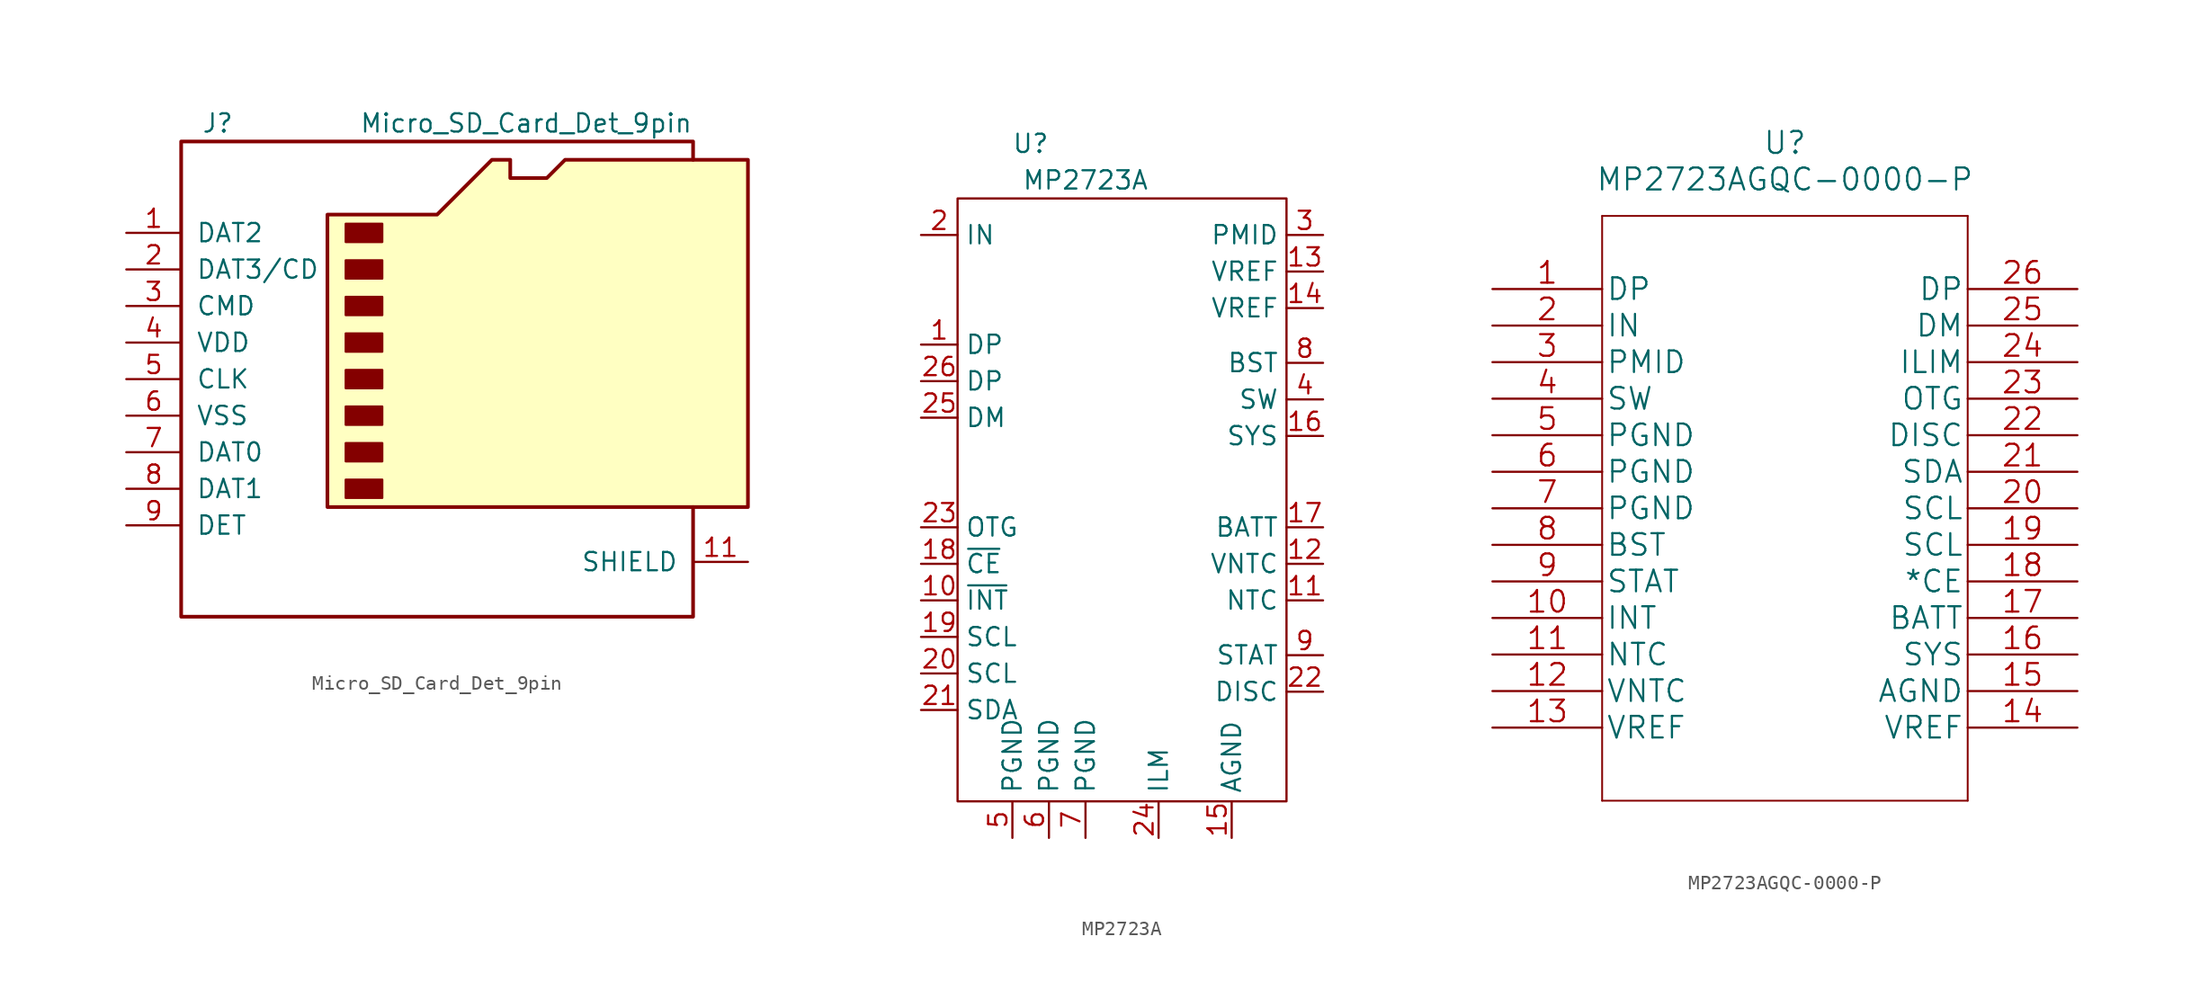
<source format=kicad_sym>
(kicad_symbol_lib
  (version 20220914)
  (generator kicad_symbol_editor)
  (symbol "Micro_SD_Card_Det_9pin"
    (pin_names
      (offset 1.016))
    (property "Reference" "J"
      (at -16.51 17.78 0)
      (effects (font (size 1.27 1.27))))
    (property "Value" "Micro_SD_Card_Det_9pin"
      (at 16.51 17.78 0)
      (effects (font (size 1.27 1.27)) (justify right)))
    (symbol "Micro_SD_Card_Det_9pin_0_1"
      (rectangle (start -7.62 -6.985) (end -5.08 -8.255) (stroke (width 0) (type default)) (fill (type outline)))
      (rectangle (start -7.62 -4.445) (end -5.08 -5.715) (stroke (width 0) (type default)) (fill (type outline)))
      (rectangle (start -7.62 -1.905) (end -5.08 -3.175) (stroke (width 0) (type default)) (fill (type outline)))
      (rectangle (start -7.62 0.635) (end -5.08 -0.635) (stroke (width 0) (type default)) (fill (type outline)))
      (rectangle (start -7.62 3.175) (end -5.08 1.905) (stroke (width 0) (type default)) (fill (type outline)))
      (rectangle (start -7.62 5.715) (end -5.08 4.445) (stroke (width 0) (type default)) (fill (type outline)))
      (rectangle (start -7.62 8.255) (end -5.08 6.985) (stroke (width 0) (type default)) (fill (type outline)))
      (rectangle (start -7.62 10.795) (end -5.08 9.525) (stroke (width 0) (type default)) (fill (type outline)))
      (polyline (pts (xy 16.51 15.24) (xy 16.51 16.51) (xy -19.05 16.51) (xy -19.05 -16.51) (xy 16.51 -16.51) (xy 16.51 -8.89)) (stroke (width 0.254) (type default)) (fill (type none)))
      (polyline (pts (xy -8.89 -8.89) (xy -8.89 11.43) (xy -1.27 11.43) (xy 2.54 15.24) (xy 3.81 15.24) (xy 3.81 13.97) (xy 6.35 13.97) (xy 7.62 15.24) (xy 20.32 15.24) (xy 20.32 -8.89) (xy -8.89 -8.89)) (stroke (width 0.254) (type default)) (fill (type background))))
    (symbol "Micro_SD_Card_Det_9pin_1_1"
      (pin bidirectional line (at -22.86 10.16 0) (length 3.81) (name "DAT2" (effects (font (size 1.27 1.27)))) (number "1" (effects (font (size 1.27 1.27)))))
      (pin passive line (at 20.32 -12.7 180) (length 3.81) (name "SHIELD" (effects (font (size 1.27 1.27)))) (number "11" (effects (font (size 1.27 1.27)))))
      (pin bidirectional line (at -22.86 7.62 0) (length 3.81) (name "DAT3/CD" (effects (font (size 1.27 1.27)))) (number "2" (effects (font (size 1.27 1.27)))))
      (pin input line (at -22.86 5.08 0) (length 3.81) (name "CMD" (effects (font (size 1.27 1.27)))) (number "3" (effects (font (size 1.27 1.27)))))
      (pin power_in line (at -22.86 2.54 0) (length 3.81) (name "VDD" (effects (font (size 1.27 1.27)))) (number "4" (effects (font (size 1.27 1.27)))))
      (pin input line (at -22.86 0 0) (length 3.81) (name "CLK" (effects (font (size 1.27 1.27)))) (number "5" (effects (font (size 1.27 1.27)))))
      (pin power_in line (at -22.86 -2.54 0) (length 3.81) (name "VSS" (effects (font (size 1.27 1.27)))) (number "6" (effects (font (size 1.27 1.27)))))
      (pin bidirectional line (at -22.86 -5.08 0) (length 3.81) (name "DAT0" (effects (font (size 1.27 1.27)))) (number "7" (effects (font (size 1.27 1.27)))))
      (pin bidirectional line (at -22.86 -7.62 0) (length 3.81) (name "DAT1" (effects (font (size 1.27 1.27)))) (number "8" (effects (font (size 1.27 1.27)))))
      (pin passive line (at -22.86 -10.16 0) (length 3.81) (name "DET" (effects (font (size 1.27 1.27)))) (number "9" (effects (font (size 1.27 1.27)))))))
  (symbol "MP2723A"
    (property "Reference" "U"
      (at -6.35 24.13 0)
      (effects (font (size 1.27 1.27))))
    (property "Value" "MP2723A"
      (at -2.54 21.59 0)
      (effects (font (size 1.27 1.27))))
    (symbol "MP2723A_0_1"
      (rectangle (start -11.43 20.32) (end 11.43 -21.59) (stroke (width 0.152) (type default)) (fill (type none))))
    (symbol "MP2723A_1_1"
      (pin input line (at -13.97 10.16 0) (length 2.54) (name "DP" (effects (font (size 1.27 1.27)))) (number "1" (effects (font (size 1.27 1.27)))))
      (pin input line (at -13.97 -7.62 0) (length 2.54) (name "~{INT}" (effects (font (size 1.27 1.27)))) (number "10" (effects (font (size 1.27 1.27)))))
      (pin input line (at 13.97 -7.62 180) (length 2.54) (name "NTC" (effects (font (size 1.27 1.27)))) (number "11" (effects (font (size 1.27 1.27)))))
      (pin input line (at 13.97 -5.08 180) (length 2.54) (name "VNTC" (effects (font (size 1.27 1.27)))) (number "12" (effects (font (size 1.27 1.27)))))
      (pin input line (at 13.97 15.24 180) (length 2.54) (name "VREF" (effects (font (size 1.27 1.27)))) (number "13" (effects (font (size 1.27 1.27)))))
      (pin input line (at 13.97 12.7 180) (length 2.54) (name "VREF" (effects (font (size 1.27 1.27)))) (number "14" (effects (font (size 1.27 1.27)))))
      (pin input line (at 7.62 -24.13 90) (length 2.54) (name "AGND" (effects (font (size 1.27 1.27)))) (number "15" (effects (font (size 1.27 1.27)))))
      (pin input line (at 13.97 3.81 180) (length 2.54) (name "SYS" (effects (font (size 1.27 1.27)))) (number "16" (effects (font (size 1.27 1.27)))))
      (pin input line (at 13.97 -2.54 180) (length 2.54) (name "BATT" (effects (font (size 1.27 1.27)))) (number "17" (effects (font (size 1.27 1.27)))))
      (pin input line (at -13.97 -5.08 0) (length 2.54) (name "~{CE}" (effects (font (size 1.27 1.27)))) (number "18" (effects (font (size 1.27 1.27)))))
      (pin input line (at -13.97 -10.16 0) (length 2.54) (name "SCL" (effects (font (size 1.27 1.27)))) (number "19" (effects (font (size 1.27 1.27)))))
      (pin input line (at -13.97 17.78 0) (length 2.54) (name "IN" (effects (font (size 1.27 1.27)))) (number "2" (effects (font (size 1.27 1.27)))))
      (pin input line (at -13.97 -12.7 0) (length 2.54) (name "SCL" (effects (font (size 1.27 1.27)))) (number "20" (effects (font (size 1.27 1.27)))))
      (pin input line (at -13.97 -15.24 0) (length 2.54) (name "SDA" (effects (font (size 1.27 1.27)))) (number "21" (effects (font (size 1.27 1.27)))))
      (pin input line (at 13.97 -13.97 180) (length 2.54) (name "DISC" (effects (font (size 1.27 1.27)))) (number "22" (effects (font (size 1.27 1.27)))))
      (pin input line (at -13.97 -2.54 0) (length 2.54) (name "OTG" (effects (font (size 1.27 1.27)))) (number "23" (effects (font (size 1.27 1.27)))))
      (pin input line (at 2.54 -24.13 90) (length 2.54) (name "ILM" (effects (font (size 1.27 1.27)))) (number "24" (effects (font (size 1.27 1.27)))))
      (pin input line (at -13.97 5.08 0) (length 2.54) (name "DM" (effects (font (size 1.27 1.27)))) (number "25" (effects (font (size 1.27 1.27)))))
      (pin input line (at -13.97 7.62 0) (length 2.54) (name "DP" (effects (font (size 1.27 1.27)))) (number "26" (effects (font (size 1.27 1.27)))))
      (pin input line (at 13.97 17.78 180) (length 2.54) (name "PMID" (effects (font (size 1.27 1.27)))) (number "3" (effects (font (size 1.27 1.27)))))
      (pin input line (at 13.97 6.35 180) (length 2.54) (name "SW" (effects (font (size 1.27 1.27)))) (number "4" (effects (font (size 1.27 1.27)))))
      (pin input line (at -7.62 -24.13 90) (length 2.54) (name "PGND" (effects (font (size 1.27 1.27)))) (number "5" (effects (font (size 1.27 1.27)))))
      (pin input line (at -5.08 -24.13 90) (length 2.54) (name "PGND" (effects (font (size 1.27 1.27)))) (number "6" (effects (font (size 1.27 1.27)))))
      (pin input line (at -2.54 -24.13 90) (length 2.54) (name "PGND" (effects (font (size 1.27 1.27)))) (number "7" (effects (font (size 1.27 1.27)))))
      (pin input line (at 13.97 8.89 180) (length 2.54) (name "BST" (effects (font (size 1.27 1.27)))) (number "8" (effects (font (size 1.27 1.27)))))
      (pin input line (at 13.97 -11.43 180) (length 2.54) (name "STAT" (effects (font (size 1.27 1.27)))) (number "9" (effects (font (size 1.27 1.27)))))))
  (symbol "MP2723AGQC-0000-P"
    (pin_names
      (offset 0.254))
    (property "Reference" "U"
      (at 20.32 10.16 0)
      (effects (font (size 1.524 1.524))))
    (property "Value" "MP2723AGQC-0000-P"
      (at 20.32 7.62 0)
      (effects (font (size 1.524 1.524))))
    (property "Datasheet" ""
      (at 0 0 0)
      (effects (font (size 1.524 1.524))))
    (property "ki_locked" ""
      (at 0 0 0)
      (effects (font (size 1.27 1.27))))
    (symbol "MP2723AGQC-0000-P_1_1"
      (polyline (pts (xy 7.62 -35.56) (xy 33.02 -35.56)) (stroke (width 0.127) (type default)) (fill (type none)))
      (polyline (pts (xy 7.62 5.08) (xy 7.62 -35.56)) (stroke (width 0.127) (type default)) (fill (type none)))
      (polyline (pts (xy 33.02 -35.56) (xy 33.02 5.08)) (stroke (width 0.127) (type default)) (fill (type none)))
      (polyline (pts (xy 33.02 5.08) (xy 7.62 5.08)) (stroke (width 0.127) (type default)) (fill (type none)))
      (pin bidirectional line (at 0 0 0) (length 7.62) (name "DP" (effects (font (size 1.499 1.499)))) (number "1" (effects (font (size 1.499 1.499)))))
      (pin output line (at 0 -22.86 0) (length 7.62) (name "INT" (effects (font (size 1.499 1.499)))) (number "10" (effects (font (size 1.499 1.499)))))
      (pin input line (at 0 -25.4 0) (length 7.62) (name "NTC" (effects (font (size 1.499 1.499)))) (number "11" (effects (font (size 1.499 1.499)))))
      (pin output line (at 0 -27.94 0) (length 7.62) (name "VNTC" (effects (font (size 1.499 1.499)))) (number "12" (effects (font (size 1.499 1.499)))))
      (pin power_in line (at 0 -30.48 0) (length 7.62) (name "VREF" (effects (font (size 1.499 1.499)))) (number "13" (effects (font (size 1.499 1.499)))))
      (pin power_in line (at 40.64 -30.48 180) (length 7.62) (name "VREF" (effects (font (size 1.499 1.499)))) (number "14" (effects (font (size 1.499 1.499)))))
      (pin bidirectional line (at 40.64 -27.94 180) (length 7.62) (name "AGND" (effects (font (size 1.499 1.499)))) (number "15" (effects (font (size 1.499 1.499)))))
      (pin power_in line (at 40.64 -25.4 180) (length 7.62) (name "SYS" (effects (font (size 1.499 1.499)))) (number "16" (effects (font (size 1.499 1.499)))))
      (pin power_in line (at 40.64 -22.86 180) (length 7.62) (name "BATT" (effects (font (size 1.499 1.499)))) (number "17" (effects (font (size 1.499 1.499)))))
      (pin input line (at 40.64 -20.32 180) (length 7.62) (name "*CE" (effects (font (size 1.499 1.499)))) (number "18" (effects (font (size 1.499 1.499)))))
      (pin input line (at 40.64 -17.78 180) (length 7.62) (name "SCL" (effects (font (size 1.499 1.499)))) (number "19" (effects (font (size 1.499 1.499)))))
      (pin power_in line (at 0 -2.54 0) (length 7.62) (name "IN" (effects (font (size 1.499 1.499)))) (number "2" (effects (font (size 1.499 1.499)))))
      (pin input line (at 40.64 -15.24 180) (length 7.62) (name "SCL" (effects (font (size 1.499 1.499)))) (number "20" (effects (font (size 1.499 1.499)))))
      (pin bidirectional line (at 40.64 -12.7 180) (length 7.62) (name "SDA" (effects (font (size 1.499 1.499)))) (number "21" (effects (font (size 1.499 1.499)))))
      (pin input line (at 40.64 -10.16 180) (length 7.62) (name "DISC" (effects (font (size 1.499 1.499)))) (number "22" (effects (font (size 1.499 1.499)))))
      (pin input line (at 40.64 -7.62 180) (length 7.62) (name "OTG" (effects (font (size 1.499 1.499)))) (number "23" (effects (font (size 1.499 1.499)))))
      (pin input line (at 40.64 -5.08 180) (length 7.62) (name "ILIM" (effects (font (size 1.499 1.499)))) (number "24" (effects (font (size 1.499 1.499)))))
      (pin bidirectional line (at 40.64 -2.54 180) (length 7.62) (name "DM" (effects (font (size 1.499 1.499)))) (number "25" (effects (font (size 1.499 1.499)))))
      (pin bidirectional line (at 40.64 0 180) (length 7.62) (name "DP" (effects (font (size 1.499 1.499)))) (number "26" (effects (font (size 1.499 1.499)))))
      (pin power_in line (at 0 -5.08 0) (length 7.62) (name "PMID" (effects (font (size 1.499 1.499)))) (number "3" (effects (font (size 1.499 1.499)))))
      (pin power_in line (at 0 -7.62 0) (length 7.62) (name "SW" (effects (font (size 1.499 1.499)))) (number "4" (effects (font (size 1.499 1.499)))))
      (pin power_in line (at 0 -10.16 0) (length 7.62) (name "PGND" (effects (font (size 1.499 1.499)))) (number "5" (effects (font (size 1.499 1.499)))))
      (pin power_in line (at 0 -12.7 0) (length 7.62) (name "PGND" (effects (font (size 1.499 1.499)))) (number "6" (effects (font (size 1.499 1.499)))))
      (pin power_in line (at 0 -15.24 0) (length 7.62) (name "PGND" (effects (font (size 1.499 1.499)))) (number "7" (effects (font (size 1.499 1.499)))))
      (pin power_in line (at 0 -17.78 0) (length 7.62) (name "BST" (effects (font (size 1.499 1.499)))) (number "8" (effects (font (size 1.499 1.499)))))
      (pin output line (at 0 -20.32 0) (length 7.62) (name "STAT" (effects (font (size 1.499 1.499)))) (number "9" (effects (font (size 1.499 1.499))))))))
</source>
